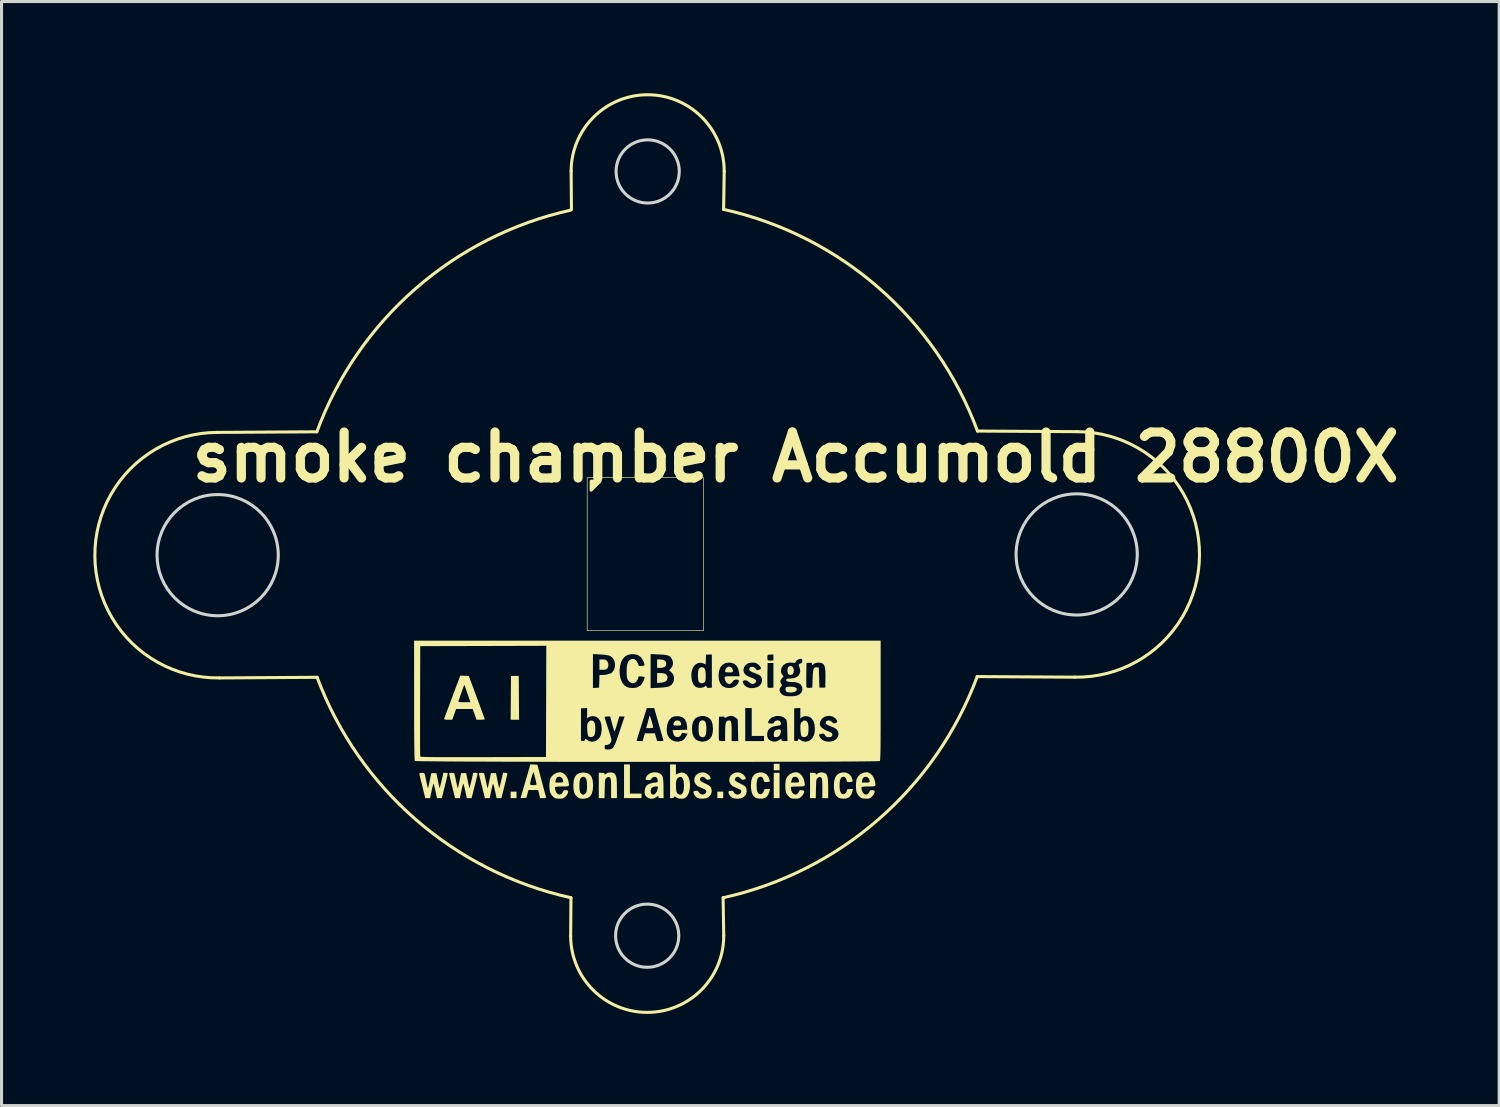
<source format=kicad_pcb>
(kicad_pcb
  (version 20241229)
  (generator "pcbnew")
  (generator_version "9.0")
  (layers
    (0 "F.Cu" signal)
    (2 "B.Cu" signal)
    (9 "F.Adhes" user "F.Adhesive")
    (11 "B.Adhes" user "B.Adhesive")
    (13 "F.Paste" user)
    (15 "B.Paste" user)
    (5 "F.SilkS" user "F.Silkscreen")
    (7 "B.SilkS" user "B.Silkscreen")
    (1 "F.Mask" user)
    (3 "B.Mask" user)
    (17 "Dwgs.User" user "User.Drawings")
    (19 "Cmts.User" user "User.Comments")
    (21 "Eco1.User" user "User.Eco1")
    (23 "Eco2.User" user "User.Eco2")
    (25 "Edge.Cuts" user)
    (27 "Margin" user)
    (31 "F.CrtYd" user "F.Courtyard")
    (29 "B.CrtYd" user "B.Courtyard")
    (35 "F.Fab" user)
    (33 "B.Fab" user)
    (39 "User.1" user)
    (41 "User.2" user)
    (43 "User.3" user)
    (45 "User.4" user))
  (footprint "smoke chamber Accumold 28800X"
    (layer "F.Cu")
    (at 18.05 15.014)
    (property "Reference" "smoke chamber Accumold 28800X" (at 4.89 -3.13 0) (layer "F.SilkS") (effects (font (size 1.5 1.5) (thickness 0.3))))
    (attr board_only exclude_from_pos_files exclude_from_bom)
    (fp_line (start -14 -3.94) (end -10.75 -3.96) (stroke (width 0.1) (type default)) (layer "F.SilkS"))
    (fp_line (start -13.929 4.08) (end -10.741 4.06) (stroke (width 0.1) (type default)) (layer "F.SilkS"))
    (fp_line (start -2.46 12.51) (end -2.45 11.26) (stroke (width 0.1) (type default)) (layer "F.SilkS"))
    (fp_line (start -2.444 -12.474) (end -2.434 -11.224) (stroke (width 0.1) (type default)) (layer "F.SilkS"))
    (fp_line (start 2.54 12.5) (end 2.52 11.26) (stroke (width 0.1) (type default)) (layer "F.SilkS"))
    (fp_line (start 2.556 -12.464) (end 2.536 -11.224) (stroke (width 0.1) (type default)) (layer "F.SilkS"))
    (fp_line (start 14.008 4.055) (end 10.82 4.036) (stroke (width 0.1) (type default)) (layer "F.SilkS"))
    (fp_line (start 14.079 -3.964) (end 10.829 -3.984) (stroke (width 0.1) (type default)) (layer "F.SilkS"))
    (fp_rect (start -1.92 -2.465) (end 1.88 2.535) (stroke (width 0.02) (type default)) (fill no) (layer "F.SilkS"))
    (fp_arc (start -13.928942 4.079547) (mid -17.999855 0.105529) (end -14 -3.94) (stroke (width 0.1) (type default)) (layer "F.SilkS"))
    (fp_arc (start -10.749999 -3.96) (mid -7.525569 -8.636391) (end -2.45665 -11.199912) (stroke (width 0.1) (type default)) (layer "F.SilkS"))
    (fp_arc (start -2.45 11.26) (mid -7.510402 8.713642) (end -10.741244 4.060334) (stroke (width 0.1) (type default)) (layer "F.SilkS"))
    (fp_arc (start -2.444318 -12.474131) (mid 0.06068 -14.964144) (end 2.5557 -12.464131) (stroke (width 0.1) (type default)) (layer "F.SilkS"))
    (fp_arc (start 2.535681 -11.224131) (mid 7.6046 -8.66061) (end 10.82903 -3.984219) (stroke (width 0.1) (type default)) (layer "F.SilkS"))
    (fp_arc (start 2.540019 12.5) (mid 0.045001 15.000013) (end -2.459999 12.51) (stroke (width 0.1) (type default)) (layer "F.SilkS"))
    (fp_arc (start 10.820275 4.036115) (mid 7.590156 8.705162) (end 2.52 11.26) (stroke (width 0.1) (type default)) (layer "F.SilkS"))
    (fp_arc (start 14.079031 -3.964219) (mid 18.078885 0.081311) (end 14.007973 4.055328) (stroke (width 0.1) (type default)) (layer "F.SilkS"))
    (fp_poly (pts (xy -1.79 -2.345) (xy -1.79 -2.055) (xy -1.5 -2.345)) (stroke (width 0.1) (type solid)) (fill yes) (layer "F.SilkS"))
    (fp_poly (pts (xy -4.229 8.006) (xy -4.42 8.006) (xy -4.42 7.794) (xy -4.229 7.794)) (stroke (width 0) (type solid)) (fill yes) (layer "F.SilkS"))
    (fp_poly (pts (xy 2.523 8.006) (xy 2.332 8.006) (xy 2.332 7.794) (xy 2.523 7.794)) (stroke (width 0) (type solid)) (fill yes) (layer "F.SilkS"))
    (fp_poly (pts (xy 4.364 7.096) (xy 4.174 7.096) (xy 4.174 6.884) (xy 4.364 6.884)) (stroke (width 0) (type solid)) (fill yes) (layer "F.SilkS"))
    (fp_poly (pts (xy 4.364 8.006) (xy 4.174 8.006) (xy 4.174 7.18) (xy 4.364 7.18)) (stroke (width 0) (type solid)) (fill yes) (layer "F.SilkS"))
    (fp_poly (pts (xy -4.15 4.73) (xy -4.144 5.445) (xy -4.42 5.445) (xy -4.409 4.016) (xy -4.155 4.016)) (stroke (width 0) (type solid)) (fill yes) (layer "F.SilkS"))
    (fp_poly (pts (xy -0.525 7.858) (xy -0.144 7.858) (xy -0.144 8.006) (xy -0.716 8.006) (xy -0.716 6.905) (xy -0.525 6.905)) (stroke (width 0) (type solid)) (fill yes) (layer "F.SilkS"))
    (fp_poly (pts (xy 0.564 3.488) (xy 0.628 3.522) (xy 0.658 3.581) (xy 0.66 3.612) (xy 0.647 3.682) (xy 0.604 3.727) (xy 0.529 3.748) (xy 0.473 3.751) (xy 0.364 3.751) (xy 0.364 3.476) (xy 0.465 3.476)) (stroke (width 0) (type solid)) (fill yes) (layer "F.SilkS"))
    (fp_poly (pts (xy 0.594 3.932) (xy 0.662 3.967) (xy 0.697 4.027) (xy 0.703 4.07) (xy 0.688 4.144) (xy 0.641 4.195) (xy 0.56 4.225) (xy 0.494 4.234) (xy 0.364 4.243) (xy 0.364 3.921) (xy 0.49 3.921)) (stroke (width 0) (type solid)) (fill yes) (layer "F.SilkS"))
    (fp_poly (pts (xy -1.347 3.48) (xy -1.303 3.496) (xy -1.268 3.531) (xy -1.267 3.532) (xy -1.232 3.604) (xy -1.226 3.682) (xy -1.249 3.752) (xy -1.266 3.772) (xy -1.312 3.802) (xy -1.38 3.814) (xy -1.414 3.815) (xy -1.52 3.815) (xy -1.52 3.476) (xy -1.416 3.476)) (stroke (width 0) (type solid)) (fill yes) (layer "F.SilkS"))
    (fp_poly (pts (xy 4.758 3.695) (xy 4.802 3.731) (xy 4.827 3.793) (xy 4.83 3.828) (xy 4.82 3.914) (xy 4.787 3.965) (xy 4.731 3.984) (xy 4.724 3.984) (xy 4.665 3.969) (xy 4.64 3.943) (xy 4.622 3.881) (xy 4.621 3.809) (xy 4.636 3.746) (xy 4.652 3.721) (xy 4.705 3.69)) (stroke (width 0) (type solid)) (fill yes) (layer "F.SilkS"))
    (fp_poly (pts (xy 1.089 5.483) (xy 1.134 5.529) (xy 1.147 5.584) (xy 1.144 5.612) (xy 1.129 5.627) (xy 1.091 5.634) (xy 1.021 5.635) (xy 1.02 5.635) (xy 0.948 5.633) (xy 0.91 5.626) (xy 0.895 5.61) (xy 0.893 5.597) (xy 0.911 5.534) (xy 0.957 5.485) (xy 1.018 5.466) (xy 1.02 5.466)) (stroke (width 0) (type solid)) (fill yes) (layer "F.SilkS"))
    (fp_poly (pts (xy 4.385 5.766) (xy 4.403 5.786) (xy 4.407 5.833) (xy 4.391 5.91) (xy 4.351 5.973) (xy 4.294 6.01) (xy 4.261 6.016) (xy 4.213 6.011) (xy 4.188 6.002) (xy 4.179 5.973) (xy 4.174 5.921) (xy 4.174 5.908) (xy 4.19 5.832) (xy 4.239 5.783) (xy 4.318 5.763) (xy 4.337 5.762)) (stroke (width 0) (type solid)) (fill yes) (layer "F.SilkS"))
    (fp_poly (pts (xy 4.803 4.371) (xy 4.848 4.378) (xy 4.906 4.404) (xy 4.93 4.445) (xy 4.918 4.492) (xy 4.894 4.517) (xy 4.84 4.541) (xy 4.764 4.554) (xy 4.682 4.554) (xy 4.612 4.542) (xy 4.592 4.533) (xy 4.564 4.498) (xy 4.555 4.448) (xy 4.565 4.401) (xy 4.588 4.378) (xy 4.642 4.368) (xy 4.72 4.366)) (stroke (width 0) (type solid)) (fill yes) (layer "F.SilkS"))
    (fp_poly (pts (xy 0.129 5.329) (xy 0.142 5.357) (xy 0.161 5.413) (xy 0.184 5.486) (xy 0.206 5.564) (xy 0.225 5.634) (xy 0.235 5.685) (xy 0.237 5.699) (xy 0.218 5.71) (xy 0.169 5.718) (xy 0.122 5.72) (xy 0.008 5.72) (xy 0.059 5.535) (xy 0.082 5.45) (xy 0.099 5.381) (xy 0.109 5.338) (xy 0.11 5.329) (xy 0.119 5.321)) (stroke (width 0) (type solid)) (fill yes) (layer "F.SilkS"))
    (fp_poly (pts (xy 2.773 3.727) (xy 2.821 3.774) (xy 2.84 3.837) (xy 2.84 3.837) (xy 2.839 3.872) (xy 2.827 3.89) (xy 2.795 3.898) (xy 2.732 3.899) (xy 2.713 3.899) (xy 2.643 3.898) (xy 2.605 3.892) (xy 2.589 3.877) (xy 2.586 3.848) (xy 2.586 3.846) (xy 2.603 3.789) (xy 2.643 3.739) (xy 2.693 3.711) (xy 2.709 3.709)) (stroke (width 0) (type solid)) (fill yes) (layer "F.SilkS"))
    (fp_poly (pts (xy 1.878 3.74) (xy 1.916 3.773) (xy 1.939 3.834) (xy 1.95 3.929) (xy 1.951 4.007) (xy 1.95 4.1) (xy 1.944 4.161) (xy 1.932 4.2) (xy 1.913 4.224) (xy 1.853 4.255) (xy 1.789 4.253) (xy 1.736 4.22) (xy 1.73 4.212) (xy 1.711 4.164) (xy 1.7 4.087) (xy 1.697 3.995) (xy 1.703 3.879) (xy 1.72 3.8) (xy 1.751 3.753) (xy 1.799 3.732) (xy 1.824 3.73)) (stroke (width 0) (type solid)) (fill yes) (layer "F.SilkS"))
    (fp_poly (pts (xy 1.9 5.476) (xy 1.937 5.509) (xy 1.96 5.571) (xy 1.971 5.666) (xy 1.973 5.741) (xy 1.968 5.858) (xy 1.953 5.939) (xy 1.924 5.989) (xy 1.88 6.013) (xy 1.846 6.016) (xy 1.781 5.997) (xy 1.752 5.969) (xy 1.733 5.925) (xy 1.722 5.853) (xy 1.719 5.747) (xy 1.719 5.741) (xy 1.723 5.623) (xy 1.739 5.542) (xy 1.767 5.493) (xy 1.811 5.469) (xy 1.846 5.466)) (stroke (width 0) (type solid)) (fill yes) (layer "F.SilkS"))
    (fp_poly (pts (xy -1.704 5.503) (xy -1.698 5.51) (xy -1.674 5.56) (xy -1.659 5.638) (xy -1.654 5.731) (xy -1.657 5.825) (xy -1.67 5.907) (xy -1.692 5.964) (xy -1.698 5.972) (xy -1.752 6.006) (xy -1.815 6.014) (xy -1.87 5.993) (xy -1.882 5.981) (xy -1.899 5.939) (xy -1.912 5.861) (xy -1.919 5.764) (xy -1.921 5.672) (xy -1.918 5.611) (xy -1.908 5.57) (xy -1.889 5.536) (xy -1.88 5.524) (xy -1.823 5.477) (xy -1.763 5.47)) (stroke (width 0) (type solid)) (fill yes) (layer "F.SilkS"))
    (fp_poly (pts (xy 5.259 5.503) (xy 5.266 5.51) (xy 5.29 5.56) (xy 5.305 5.638) (xy 5.31 5.731) (xy 5.307 5.825) (xy 5.294 5.907) (xy 5.272 5.964) (xy 5.266 5.972) (xy 5.212 6.006) (xy 5.149 6.014) (xy 5.094 5.993) (xy 5.081 5.981) (xy 5.064 5.939) (xy 5.052 5.861) (xy 5.045 5.764) (xy 5.043 5.672) (xy 5.046 5.611) (xy 5.056 5.57) (xy 5.075 5.536) (xy 5.084 5.524) (xy 5.141 5.477) (xy 5.201 5.47)) (stroke (width 0) (type solid)) (fill yes) (layer "F.SilkS"))
    (fp_poly (pts (xy -1.07 7.183) (xy -1.059 7.189) (xy -1.021 7.214) (xy -0.993 7.252) (xy -0.972 7.306) (xy -0.959 7.383) (xy -0.952 7.489) (xy -0.949 7.629) (xy -0.949 7.693) (xy -0.948 8.006) (xy -1.139 8.006) (xy -1.139 7.69) (xy -1.14 7.562) (xy -1.142 7.471) (xy -1.148 7.408) (xy -1.156 7.369) (xy -1.168 7.345) (xy -1.172 7.34) (xy -1.208 7.313) (xy -1.24 7.314) (xy -1.286 7.344) (xy -1.29 7.348) (xy -1.31 7.365) (xy -1.323 7.387) (xy -1.333 7.42) (xy -1.339 7.471) (xy -1.343 7.548) (xy -1.346 7.657) (xy -1.347 7.697) (xy -1.354 8.006) (xy -1.541 8.006) (xy -1.541 7.18) (xy -1.446 7.18) (xy -1.385 7.184) (xy -1.356 7.197) (xy -1.351 7.215) (xy -1.347 7.238) (xy -1.331 7.232) (xy -1.311 7.214) (xy -1.24 7.176) (xy -1.154 7.165)) (stroke (width 0) (type solid)) (fill yes) (layer "F.SilkS"))
    (fp_poly (pts (xy 5.83 7.183) (xy 5.842 7.189) (xy 5.88 7.214) (xy 5.908 7.252) (xy 5.928 7.306) (xy 5.941 7.383) (xy 5.949 7.489) (xy 5.952 7.629) (xy 5.952 7.693) (xy 5.952 8.006) (xy 5.761 8.006) (xy 5.761 7.69) (xy 5.761 7.562) (xy 5.758 7.471) (xy 5.753 7.408) (xy 5.744 7.369) (xy 5.732 7.345) (xy 5.728 7.34) (xy 5.693 7.313) (xy 5.66 7.314) (xy 5.615 7.344) (xy 5.61 7.348) (xy 5.591 7.365) (xy 5.577 7.387) (xy 5.567 7.42) (xy 5.561 7.471) (xy 5.557 7.548) (xy 5.554 7.657) (xy 5.553 7.697) (xy 5.547 8.006) (xy 5.359 8.006) (xy 5.359 7.18) (xy 5.454 7.18) (xy 5.516 7.184) (xy 5.544 7.197) (xy 5.55 7.215) (xy 5.553 7.238) (xy 5.569 7.232) (xy 5.589 7.214) (xy 5.66 7.176) (xy 5.746 7.165)) (stroke (width 0) (type solid)) (fill yes) (layer "F.SilkS"))
    (fp_poly (pts (xy -3.661 6.909) (xy -3.546 6.916) (xy -3.415 7.413) (xy -3.377 7.554) (xy -3.343 7.684) (xy -3.313 7.795) (xy -3.289 7.883) (xy -3.273 7.94) (xy -3.268 7.958) (xy -3.262 7.986) (xy -3.274 8) (xy -3.313 8.005) (xy -3.356 8.006) (xy -3.46 8.006) (xy -3.49 7.873) (xy -3.521 7.741) (xy -3.837 7.741) (xy -3.871 7.868) (xy -3.905 7.995) (xy -4 8.001) (xy -4.096 8.008) (xy -3.962 7.545) (xy -3.784 7.545) (xy -3.777 7.568) (xy -3.748 7.579) (xy -3.688 7.582) (xy -3.679 7.582) (xy -3.615 7.578) (xy -3.578 7.567) (xy -3.573 7.559) (xy -3.578 7.529) (xy -3.591 7.469) (xy -3.609 7.392) (xy -3.63 7.311) (xy -3.649 7.236) (xy -3.665 7.18) (xy -3.672 7.159) (xy -3.681 7.166) (xy -3.697 7.204) (xy -3.718 7.264) (xy -3.739 7.336) (xy -3.759 7.412) (xy -3.775 7.48) (xy -3.783 7.532) (xy -3.784 7.545) (xy -3.962 7.545) (xy -3.936 7.455) (xy -3.776 6.903)) (stroke (width 0) (type solid)) (fill yes) (layer "F.SilkS"))
    (fp_poly (pts (xy 3.835 7.175) (xy 3.926 7.221) (xy 3.995 7.299) (xy 4.035 7.405) (xy 4.042 7.447) (xy 4.032 7.467) (xy 3.996 7.476) (xy 3.954 7.48) (xy 3.896 7.482) (xy 3.866 7.473) (xy 3.852 7.447) (xy 3.847 7.426) (xy 3.821 7.352) (xy 3.777 7.314) (xy 3.738 7.307) (xy 3.682 7.324) (xy 3.643 7.377) (xy 3.62 7.466) (xy 3.613 7.593) (xy 3.62 7.72) (xy 3.643 7.808) (xy 3.682 7.861) (xy 3.737 7.879) (xy 3.739 7.879) (xy 3.792 7.86) (xy 3.835 7.814) (xy 3.856 7.756) (xy 3.856 7.747) (xy 3.864 7.723) (xy 3.895 7.712) (xy 3.953 7.709) (xy 4.05 7.709) (xy 4.035 7.778) (xy 3.996 7.892) (xy 3.936 7.97) (xy 3.899 7.995) (xy 3.814 8.021) (xy 3.715 8.025) (xy 3.62 8.009) (xy 3.569 7.987) (xy 3.501 7.922) (xy 3.456 7.824) (xy 3.432 7.691) (xy 3.428 7.591) (xy 3.44 7.44) (xy 3.475 7.324) (xy 3.535 7.24) (xy 3.621 7.188) (xy 3.725 7.165)) (stroke (width 0) (type solid)) (fill yes) (layer "F.SilkS"))
    (fp_poly (pts (xy 6.544 7.175) (xy 6.636 7.221) (xy 6.704 7.299) (xy 6.745 7.405) (xy 6.751 7.447) (xy 6.741 7.467) (xy 6.705 7.476) (xy 6.664 7.48) (xy 6.605 7.482) (xy 6.575 7.473) (xy 6.561 7.447) (xy 6.557 7.426) (xy 6.53 7.352) (xy 6.487 7.314) (xy 6.447 7.307) (xy 6.392 7.324) (xy 6.353 7.377) (xy 6.33 7.466) (xy 6.322 7.593) (xy 6.33 7.72) (xy 6.352 7.808) (xy 6.391 7.861) (xy 6.446 7.879) (xy 6.449 7.879) (xy 6.501 7.86) (xy 6.544 7.814) (xy 6.565 7.756) (xy 6.566 7.747) (xy 6.574 7.723) (xy 6.604 7.712) (xy 6.663 7.709) (xy 6.76 7.709) (xy 6.745 7.778) (xy 6.706 7.892) (xy 6.645 7.97) (xy 6.609 7.995) (xy 6.524 8.021) (xy 6.424 8.025) (xy 6.329 8.009) (xy 6.278 7.987) (xy 6.21 7.922) (xy 6.165 7.824) (xy 6.141 7.691) (xy 6.138 7.591) (xy 6.149 7.44) (xy 6.185 7.324) (xy 6.244 7.24) (xy 6.33 7.188) (xy 6.435 7.165)) (stroke (width 0) (type solid)) (fill yes) (layer "F.SilkS"))
    (fp_poly (pts (xy 0.978 7.239) (xy 1.057 7.199) (xy 1.154 7.169) (xy 1.244 7.181) (xy 1.323 7.231) (xy 1.382 7.312) (xy 1.421 7.422) (xy 1.439 7.548) (xy 1.435 7.677) (xy 1.411 7.799) (xy 1.369 7.902) (xy 1.327 7.957) (xy 1.276 8.001) (xy 1.227 8.022) (xy 1.159 8.027) (xy 1.152 8.027) (xy 1.061 8.017) (xy 0.995 7.986) (xy 0.991 7.983) (xy 0.952 7.956) (xy 0.932 7.955) (xy 0.922 7.972) (xy 0.892 7.998) (xy 0.848 8.006) (xy 0.787 8.006) (xy 0.787 7.536) (xy 0.979 7.536) (xy 0.981 7.665) (xy 0.981 7.67) (xy 0.988 7.753) (xy 1 7.807) (xy 1.019 7.841) (xy 1.039 7.86) (xy 1.096 7.894) (xy 1.143 7.892) (xy 1.177 7.867) (xy 1.211 7.818) (xy 1.231 7.747) (xy 1.24 7.647) (xy 1.241 7.572) (xy 1.231 7.454) (xy 1.205 7.37) (xy 1.165 7.322) (xy 1.111 7.312) (xy 1.052 7.337) (xy 1.013 7.378) (xy 0.989 7.442) (xy 0.979 7.536) (xy 0.787 7.536) (xy 0.787 6.905) (xy 0.978 6.905)) (stroke (width 0) (type solid)) (fill yes) (layer "F.SilkS"))
    (fp_poly (pts (xy -1.934 7.184) (xy -1.846 7.227) (xy -1.783 7.301) (xy -1.744 7.408) (xy -1.728 7.549) (xy -1.727 7.593) (xy -1.738 7.746) (xy -1.77 7.863) (xy -1.825 7.948) (xy -1.905 8.001) (xy -2.01 8.025) (xy -2.057 8.027) (xy -2.132 8.023) (xy -2.185 8.008) (xy -2.234 7.974) (xy -2.248 7.962) (xy -2.308 7.895) (xy -2.347 7.814) (xy -2.367 7.709) (xy -2.372 7.577) (xy -2.367 7.518) (xy -2.173 7.518) (xy -2.173 7.636) (xy -2.168 7.727) (xy -2.16 7.786) (xy -2.147 7.824) (xy -2.126 7.85) (xy -2.116 7.859) (xy -2.075 7.888) (xy -2.049 7.9) (xy -2.022 7.888) (xy -1.983 7.859) (xy -1.958 7.835) (xy -1.942 7.803) (xy -1.933 7.753) (xy -1.927 7.676) (xy -1.925 7.636) (xy -1.927 7.498) (xy -1.944 7.398) (xy -1.978 7.335) (xy -2.03 7.31) (xy -2.089 7.317) (xy -2.132 7.349) (xy -2.16 7.416) (xy -2.173 7.518) (xy -2.367 7.518) (xy -2.359 7.429) (xy -2.322 7.316) (xy -2.261 7.235) (xy -2.175 7.187) (xy -2.061 7.17) (xy -2.049 7.17)) (stroke (width 0) (type solid)) (fill yes) (layer "F.SilkS"))
    (fp_poly (pts (xy -5.926 4.01) (xy -5.786 4.016) (xy -5.527 4.714) (xy -5.466 4.877) (xy -5.411 5.027) (xy -5.362 5.16) (xy -5.321 5.272) (xy -5.291 5.357) (xy -5.272 5.41) (xy -5.267 5.429) (xy -5.286 5.437) (xy -5.336 5.443) (xy -5.402 5.445) (xy -5.537 5.445) (xy -5.658 5.095) (xy -6.204 5.095) (xy -6.233 5.18) (xy -6.26 5.257) (xy -6.289 5.34) (xy -6.295 5.355) (xy -6.328 5.445) (xy -6.466 5.445) (xy -6.544 5.442) (xy -6.586 5.434) (xy -6.595 5.42) (xy -6.595 5.418) (xy -6.585 5.393) (xy -6.563 5.332) (xy -6.529 5.242) (xy -6.485 5.126) (xy -6.434 4.989) (xy -6.381 4.847) (xy -6.127 4.847) (xy -6.122 4.859) (xy -6.089 4.868) (xy -6.025 4.872) (xy -5.936 4.873) (xy -5.734 4.873) (xy -5.83 4.593) (xy -5.865 4.491) (xy -5.895 4.405) (xy -5.918 4.342) (xy -5.931 4.309) (xy -5.933 4.306) (xy -5.942 4.322) (xy -5.961 4.371) (xy -5.989 4.446) (xy -6.021 4.539) (xy -6.028 4.559) (xy -6.062 4.659) (xy -6.092 4.746) (xy -6.114 4.81) (xy -6.126 4.845) (xy -6.127 4.847) (xy -6.381 4.847) (xy -6.377 4.836) (xy -6.325 4.697) (xy -6.065 4.003)) (stroke (width 0) (type solid)) (fill yes) (layer "F.SilkS"))
    (fp_poly (pts (xy -6.496 7.186) (xy -6.473 7.199) (xy -6.473 7.202) (xy -6.478 7.228) (xy -6.492 7.289) (xy -6.513 7.377) (xy -6.539 7.486) (xy -6.569 7.609) (xy -6.571 7.614) (xy -6.669 8.006) (xy -6.826 8.006) (xy -6.875 7.778) (xy -6.896 7.685) (xy -6.915 7.607) (xy -6.93 7.553) (xy -6.938 7.535) (xy -6.947 7.547) (xy -6.962 7.595) (xy -6.981 7.668) (xy -7.001 7.762) (xy -7.001 7.762) (xy -7.051 8.006) (xy -7.209 8.006) (xy -7.306 7.614) (xy -7.337 7.491) (xy -7.364 7.381) (xy -7.385 7.292) (xy -7.399 7.23) (xy -7.404 7.202) (xy -7.404 7.202) (xy -7.386 7.188) (xy -7.339 7.181) (xy -7.32 7.18) (xy -7.263 7.184) (xy -7.235 7.201) (xy -7.225 7.228) (xy -7.216 7.269) (xy -7.2 7.339) (xy -7.181 7.427) (xy -7.171 7.476) (xy -7.151 7.562) (xy -7.135 7.631) (xy -7.124 7.673) (xy -7.121 7.682) (xy -7.115 7.665) (xy -7.102 7.614) (xy -7.084 7.538) (xy -7.064 7.443) (xy -7.063 7.439) (xy -7.011 7.191) (xy -6.845 7.191) (xy -6.797 7.432) (xy -6.777 7.528) (xy -6.76 7.607) (xy -6.747 7.661) (xy -6.741 7.681) (xy -6.734 7.664) (xy -6.72 7.614) (xy -6.7 7.538) (xy -6.677 7.443) (xy -6.675 7.434) (xy -6.616 7.18) (xy -6.544 7.18)) (stroke (width 0) (type solid)) (fill yes) (layer "F.SilkS"))
    (fp_poly (pts (xy -5.523 7.186) (xy -5.5 7.199) (xy -5.499 7.202) (xy -5.504 7.228) (xy -5.518 7.289) (xy -5.539 7.377) (xy -5.565 7.486) (xy -5.596 7.609) (xy -5.597 7.614) (xy -5.695 8.006) (xy -5.853 8.006) (xy -5.901 7.778) (xy -5.922 7.685) (xy -5.942 7.607) (xy -5.957 7.553) (xy -5.964 7.535) (xy -5.973 7.547) (xy -5.988 7.595) (xy -6.007 7.668) (xy -6.027 7.762) (xy -6.028 7.762) (xy -6.077 8.006) (xy -6.235 8.006) (xy -6.333 7.614) (xy -6.363 7.491) (xy -6.39 7.381) (xy -6.411 7.292) (xy -6.425 7.23) (xy -6.431 7.202) (xy -6.431 7.202) (xy -6.412 7.188) (xy -6.365 7.181) (xy -6.346 7.18) (xy -6.29 7.184) (xy -6.262 7.201) (xy -6.251 7.228) (xy -6.242 7.269) (xy -6.227 7.339) (xy -6.207 7.427) (xy -6.197 7.476) (xy -6.178 7.562) (xy -6.161 7.631) (xy -6.15 7.673) (xy -6.147 7.682) (xy -6.141 7.665) (xy -6.128 7.614) (xy -6.111 7.538) (xy -6.09 7.443) (xy -6.09 7.439) (xy -6.038 7.191) (xy -5.872 7.191) (xy -5.823 7.432) (xy -5.804 7.528) (xy -5.786 7.607) (xy -5.774 7.661) (xy -5.768 7.681) (xy -5.76 7.664) (xy -5.746 7.614) (xy -5.726 7.538) (xy -5.703 7.443) (xy -5.701 7.434) (xy -5.642 7.18) (xy -5.571 7.18)) (stroke (width 0) (type solid)) (fill yes) (layer "F.SilkS"))
    (fp_poly (pts (xy -4.549 7.186) (xy -4.526 7.199) (xy -4.526 7.202) (xy -4.531 7.228) (xy -4.544 7.289) (xy -4.565 7.377) (xy -4.592 7.486) (xy -4.622 7.609) (xy -4.623 7.614) (xy -4.721 8.006) (xy -4.879 8.006) (xy -4.928 7.778) (xy -4.949 7.685) (xy -4.968 7.607) (xy -4.983 7.553) (xy -4.99 7.535) (xy -5 7.547) (xy -5.015 7.595) (xy -5.033 7.668) (xy -5.054 7.762) (xy -5.054 7.762) (xy -5.103 8.006) (xy -5.261 8.006) (xy -5.359 7.614) (xy -5.39 7.491) (xy -5.416 7.381) (xy -5.438 7.292) (xy -5.452 7.23) (xy -5.457 7.202) (xy -5.457 7.202) (xy -5.438 7.188) (xy -5.391 7.181) (xy -5.373 7.18) (xy -5.316 7.184) (xy -5.288 7.201) (xy -5.278 7.228) (xy -5.268 7.269) (xy -5.253 7.339) (xy -5.234 7.427) (xy -5.223 7.476) (xy -5.204 7.562) (xy -5.188 7.631) (xy -5.177 7.673) (xy -5.174 7.682) (xy -5.167 7.665) (xy -5.154 7.614) (xy -5.137 7.538) (xy -5.117 7.443) (xy -5.116 7.439) (xy -5.064 7.191) (xy -4.898 7.191) (xy -4.85 7.432) (xy -4.83 7.528) (xy -4.813 7.607) (xy -4.8 7.661) (xy -4.794 7.681) (xy -4.787 7.664) (xy -4.772 7.614) (xy -4.753 7.538) (xy -4.73 7.443) (xy -4.728 7.434) (xy -4.668 7.18) (xy -4.597 7.18)) (stroke (width 0) (type solid)) (fill yes) (layer "F.SilkS"))
    (fp_poly (pts (xy 1.946 7.181) (xy 2.028 7.23) (xy 2.052 7.253) (xy 2.102 7.316) (xy 2.117 7.36) (xy 2.097 7.388) (xy 2.056 7.403) (xy 2.005 7.406) (xy 1.967 7.383) (xy 1.949 7.362) (xy 1.897 7.319) (xy 1.842 7.308) (xy 1.794 7.327) (xy 1.765 7.372) (xy 1.761 7.402) (xy 1.77 7.429) (xy 1.8 7.457) (xy 1.859 7.492) (xy 1.936 7.53) (xy 2.02 7.572) (xy 2.075 7.605) (xy 2.107 7.635) (xy 2.127 7.67) (xy 2.136 7.693) (xy 2.149 7.794) (xy 2.122 7.887) (xy 2.058 7.963) (xy 2.038 7.978) (xy 1.959 8.012) (xy 1.859 8.026) (xy 1.758 8.021) (xy 1.674 7.995) (xy 1.671 7.994) (xy 1.617 7.948) (xy 1.573 7.884) (xy 1.55 7.819) (xy 1.549 7.806) (xy 1.568 7.778) (xy 1.602 7.77) (xy 1.652 7.766) (xy 1.677 7.764) (xy 1.701 7.78) (xy 1.725 7.814) (xy 1.764 7.858) (xy 1.809 7.884) (xy 1.869 7.889) (xy 1.922 7.869) (xy 1.959 7.833) (xy 1.973 7.789) (xy 1.956 7.745) (xy 1.946 7.735) (xy 1.912 7.716) (xy 1.853 7.689) (xy 1.801 7.668) (xy 1.693 7.616) (xy 1.622 7.554) (xy 1.585 7.476) (xy 1.578 7.442) (xy 1.585 7.348) (xy 1.624 7.27) (xy 1.687 7.212) (xy 1.768 7.175) (xy 1.856 7.164)) (stroke (width 0) (type solid)) (fill yes) (layer "F.SilkS"))
    (fp_poly (pts (xy 3.089 7.181) (xy 3.171 7.23) (xy 3.195 7.253) (xy 3.245 7.316) (xy 3.26 7.36) (xy 3.24 7.388) (xy 3.199 7.403) (xy 3.148 7.406) (xy 3.11 7.383) (xy 3.092 7.362) (xy 3.04 7.319) (xy 2.985 7.308) (xy 2.937 7.327) (xy 2.908 7.372) (xy 2.904 7.402) (xy 2.913 7.429) (xy 2.943 7.457) (xy 3.002 7.492) (xy 3.079 7.53) (xy 3.163 7.572) (xy 3.218 7.605) (xy 3.25 7.635) (xy 3.27 7.67) (xy 3.279 7.693) (xy 3.292 7.794) (xy 3.265 7.887) (xy 3.201 7.963) (xy 3.181 7.978) (xy 3.102 8.012) (xy 3.002 8.026) (xy 2.901 8.021) (xy 2.817 7.995) (xy 2.814 7.994) (xy 2.76 7.948) (xy 2.716 7.884) (xy 2.693 7.819) (xy 2.692 7.806) (xy 2.711 7.778) (xy 2.745 7.77) (xy 2.795 7.766) (xy 2.82 7.764) (xy 2.844 7.78) (xy 2.868 7.814) (xy 2.907 7.858) (xy 2.952 7.884) (xy 3.012 7.889) (xy 3.065 7.869) (xy 3.102 7.833) (xy 3.116 7.789) (xy 3.099 7.745) (xy 3.089 7.735) (xy 3.055 7.716) (xy 2.996 7.689) (xy 2.944 7.668) (xy 2.836 7.616) (xy 2.765 7.554) (xy 2.728 7.476) (xy 2.721 7.442) (xy 2.728 7.348) (xy 2.767 7.27) (xy 2.83 7.212) (xy 2.911 7.175) (xy 2.999 7.164)) (stroke (width 0) (type solid)) (fill yes) (layer "F.SilkS"))
    (fp_poly (pts (xy 0.367 7.168) (xy 0.45 7.198) (xy 0.516 7.252) (xy 0.548 7.309) (xy 0.558 7.361) (xy 0.566 7.447) (xy 0.572 7.559) (xy 0.574 7.689) (xy 0.574 7.693) (xy 0.576 8.006) (xy 0.491 8.006) (xy 0.436 8.002) (xy 0.411 7.988) (xy 0.406 7.961) (xy 0.404 7.935) (xy 0.391 7.933) (xy 0.359 7.957) (xy 0.341 7.972) (xy 0.255 8.019) (xy 0.161 8.028) (xy 0.07 8.001) (xy 0.023 7.968) (xy -0.017 7.926) (xy -0.037 7.883) (xy -0.043 7.822) (xy -0.043 7.798) (xy -0.04 7.773) (xy 0.152 7.773) (xy 0.162 7.843) (xy 0.189 7.877) (xy 0.227 7.895) (xy 0.257 7.892) (xy 0.297 7.864) (xy 0.311 7.852) (xy 0.361 7.784) (xy 0.379 7.715) (xy 0.391 7.625) (xy 0.318 7.625) (xy 0.232 7.639) (xy 0.177 7.681) (xy 0.153 7.752) (xy 0.152 7.773) (xy -0.04 7.773) (xy -0.029 7.686) (xy 0.015 7.602) (xy 0.09 7.545) (xy 0.199 7.511) (xy 0.257 7.503) (xy 0.328 7.496) (xy 0.366 7.486) (xy 0.382 7.468) (xy 0.385 7.437) (xy 0.385 7.435) (xy 0.371 7.363) (xy 0.33 7.32) (xy 0.268 7.311) (xy 0.207 7.336) (xy 0.18 7.371) (xy 0.158 7.405) (xy 0.126 7.418) (xy 0.068 7.417) (xy 0.067 7.417) (xy 0.012 7.409) (xy -0.01 7.396) (xy -0.01 7.367) (xy -0.007 7.352) (xy 0.032 7.273) (xy 0.098 7.215) (xy 0.181 7.177) (xy 0.274 7.161)) (stroke (width 0) (type solid)) (fill yes) (layer "F.SilkS"))
    (fp_poly (pts (xy -2.755 7.169) (xy -2.676 7.208) (xy -2.607 7.28) (xy -2.556 7.373) (xy -2.539 7.43) (xy -2.521 7.515) (xy -2.514 7.57) (xy -2.526 7.603) (xy -2.56 7.619) (xy -2.625 7.624) (xy -2.725 7.625) (xy -2.736 7.625) (xy -2.828 7.627) (xy -2.905 7.632) (xy -2.955 7.639) (xy -2.97 7.645) (xy -2.972 7.677) (xy -2.964 7.732) (xy -2.959 7.751) (xy -2.925 7.829) (xy -2.876 7.876) (xy -2.82 7.892) (xy -2.766 7.874) (xy -2.722 7.821) (xy -2.715 7.807) (xy -2.692 7.762) (xy -2.662 7.746) (xy -2.609 7.748) (xy -2.559 7.756) (xy -2.54 7.774) (xy -2.542 7.812) (xy -2.544 7.823) (xy -2.568 7.879) (xy -2.613 7.94) (xy -2.631 7.958) (xy -2.682 8) (xy -2.729 8.02) (xy -2.794 8.025) (xy -2.816 8.025) (xy -2.886 8.022) (xy -2.941 8.016) (xy -2.959 8.012) (xy -3.018 7.975) (xy -3.077 7.913) (xy -3.121 7.843) (xy -3.131 7.818) (xy -3.147 7.74) (xy -3.154 7.637) (xy -3.152 7.529) (xy -3.148 7.498) (xy -2.965 7.498) (xy -2.835 7.498) (xy -2.763 7.496) (xy -2.725 7.49) (xy -2.708 7.476) (xy -2.705 7.449) (xy -2.722 7.38) (xy -2.766 7.329) (xy -2.826 7.307) (xy -2.831 7.307) (xy -2.891 7.32) (xy -2.929 7.361) (xy -2.951 7.431) (xy -2.965 7.498) (xy -3.148 7.498) (xy -3.141 7.432) (xy -3.129 7.383) (xy -3.08 7.295) (xy -3.003 7.224) (xy -2.909 7.177) (xy -2.809 7.161)) (stroke (width 0) (type solid)) (fill yes) (layer "F.SilkS"))
    (fp_poly (pts (xy 4.95 7.169) (xy 5.029 7.208) (xy 5.098 7.28) (xy 5.149 7.373) (xy 5.166 7.43) (xy 5.184 7.515) (xy 5.19 7.57) (xy 5.179 7.603) (xy 5.144 7.619) (xy 5.08 7.624) (xy 4.98 7.625) (xy 4.969 7.625) (xy 4.876 7.627) (xy 4.8 7.632) (xy 4.75 7.639) (xy 4.735 7.645) (xy 4.732 7.677) (xy 4.74 7.732) (xy 4.745 7.751) (xy 4.78 7.829) (xy 4.829 7.876) (xy 4.885 7.892) (xy 4.939 7.874) (xy 4.983 7.821) (xy 4.989 7.807) (xy 5.013 7.762) (xy 5.042 7.746) (xy 5.095 7.748) (xy 5.146 7.756) (xy 5.165 7.774) (xy 5.162 7.812) (xy 5.16 7.823) (xy 5.137 7.879) (xy 5.092 7.94) (xy 5.074 7.958) (xy 5.023 8) (xy 4.975 8.02) (xy 4.911 8.025) (xy 4.889 8.025) (xy 4.819 8.022) (xy 4.764 8.016) (xy 4.745 8.012) (xy 4.687 7.975) (xy 4.628 7.913) (xy 4.583 7.843) (xy 4.574 7.818) (xy 4.558 7.74) (xy 4.551 7.637) (xy 4.553 7.529) (xy 4.556 7.498) (xy 4.74 7.498) (xy 4.87 7.498) (xy 4.941 7.496) (xy 4.98 7.49) (xy 4.996 7.476) (xy 4.999 7.449) (xy 4.983 7.38) (xy 4.939 7.329) (xy 4.878 7.307) (xy 4.874 7.307) (xy 4.814 7.32) (xy 4.776 7.361) (xy 4.753 7.431) (xy 4.74 7.498) (xy 4.556 7.498) (xy 4.564 7.432) (xy 4.575 7.383) (xy 4.625 7.295) (xy 4.702 7.224) (xy 4.796 7.177) (xy 4.895 7.161)) (stroke (width 0) (type solid)) (fill yes) (layer "F.SilkS"))
    (fp_poly (pts (xy 7.257 7.169) (xy 7.336 7.208) (xy 7.405 7.28) (xy 7.456 7.373) (xy 7.473 7.43) (xy 7.491 7.515) (xy 7.497 7.57) (xy 7.486 7.603) (xy 7.452 7.619) (xy 7.387 7.624) (xy 7.287 7.625) (xy 7.276 7.625) (xy 7.183 7.627) (xy 7.107 7.632) (xy 7.057 7.639) (xy 7.042 7.645) (xy 7.039 7.677) (xy 7.048 7.732) (xy 7.052 7.751) (xy 7.087 7.829) (xy 7.136 7.876) (xy 7.192 7.892) (xy 7.246 7.874) (xy 7.29 7.821) (xy 7.296 7.807) (xy 7.32 7.762) (xy 7.35 7.746) (xy 7.403 7.748) (xy 7.453 7.756) (xy 7.472 7.774) (xy 7.469 7.812) (xy 7.467 7.823) (xy 7.444 7.879) (xy 7.399 7.94) (xy 7.381 7.958) (xy 7.33 8) (xy 7.282 8.02) (xy 7.218 8.025) (xy 7.196 8.025) (xy 7.126 8.022) (xy 7.071 8.016) (xy 7.053 8.012) (xy 6.994 7.975) (xy 6.935 7.913) (xy 6.891 7.843) (xy 6.881 7.818) (xy 6.865 7.74) (xy 6.858 7.637) (xy 6.86 7.529) (xy 6.864 7.498) (xy 7.047 7.498) (xy 7.177 7.498) (xy 7.248 7.496) (xy 7.287 7.49) (xy 7.303 7.476) (xy 7.307 7.449) (xy 7.29 7.38) (xy 7.246 7.329) (xy 7.186 7.307) (xy 7.181 7.307) (xy 7.121 7.32) (xy 7.083 7.361) (xy 7.061 7.431) (xy 7.047 7.498) (xy 6.864 7.498) (xy 6.871 7.432) (xy 6.882 7.383) (xy 6.932 7.295) (xy 7.009 7.224) (xy 7.103 7.177) (xy 7.202 7.161)) (stroke (width 0) (type solid)) (fill yes) (layer "F.SilkS"))
    (fp_poly (pts (xy 7.666 4.816) (xy 7.666 5.167) (xy 7.666 5.477) (xy 7.665 5.749) (xy 7.664 5.984) (xy 7.663 6.186) (xy 7.661 6.354) (xy 7.659 6.492) (xy 7.656 6.602) (xy 7.653 6.685) (xy 7.65 6.744) (xy 7.646 6.779) (xy 7.641 6.795) (xy 7.641 6.795) (xy 7.618 6.797) (xy 7.554 6.8) (xy 7.451 6.802) (xy 7.312 6.804) (xy 7.137 6.806) (xy 6.93 6.808) (xy 6.691 6.81) (xy 6.423 6.812) (xy 6.127 6.813) (xy 5.805 6.815) (xy 5.459 6.816) (xy 5.091 6.817) (xy 4.703 6.818) (xy 4.296 6.819) (xy 3.872 6.82) (xy 3.434 6.821) (xy 2.982 6.822) (xy 2.52 6.822) (xy 2.048 6.823) (xy 1.568 6.823) (xy 1.083 6.823) (xy 0.594 6.823) (xy 0.102 6.823) (xy -0.389 6.823) (xy -0.879 6.823) (xy -1.365 6.822) (xy -1.846 6.822) (xy -2.32 6.821) (xy -2.785 6.821) (xy -3.239 6.82) (xy -3.681 6.819) (xy -4.108 6.818) (xy -4.519 6.817) (xy -4.912 6.816) (xy -5.285 6.814) (xy -5.636 6.813) (xy -5.963 6.812) (xy -6.265 6.81) (xy -6.54 6.808) (xy -6.786 6.806) (xy -7.001 6.804) (xy -7.183 6.802) (xy -7.331 6.8) (xy -7.442 6.798) (xy -7.515 6.796) (xy -7.548 6.793) (xy -7.549 6.792) (xy -7.554 6.772) (xy -7.557 6.72) (xy -7.561 6.637) (xy -7.564 6.52) (xy -7.566 6.368) (xy -7.569 6.181) (xy -7.57 5.957) (xy -7.572 5.695) (xy -7.572 5.607) (xy -7.379 5.607) (xy -7.379 5.834) (xy -7.379 6.039) (xy -7.379 6.22) (xy -7.378 6.373) (xy -7.377 6.495) (xy -7.376 6.583) (xy -7.374 6.634) (xy -7.373 6.646) (xy -7.364 6.65) (xy -7.338 6.654) (xy -7.293 6.658) (xy -7.227 6.661) (xy -7.138 6.663) (xy -7.023 6.665) (xy -6.882 6.667) (xy -6.711 6.668) (xy -6.508 6.668) (xy -6.272 6.668) (xy -6 6.668) (xy -5.69 6.668) (xy -5.34 6.667) (xy -5.315 6.667) (xy -3.266 6.662) (xy -3.265 6.33) (xy -1.351 6.33) (xy -1.346 6.38) (xy -1.327 6.406) (xy -1.283 6.417) (xy -1.229 6.418) (xy -1.157 6.411) (xy -1.103 6.383) (xy -1.077 6.36) (xy -1.054 6.329) (xy -1.027 6.28) (xy -0.996 6.207) (xy -0.962 6.12) (xy -0.302 6.12) (xy -0.294 6.137) (xy -0.261 6.142) (xy -0.209 6.143) (xy -0.107 6.143) (xy -0.072 6.016) (xy -0.036 5.889) (xy 0.293 5.889) (xy 0.364 6.143) (xy 0.472 6.143) (xy 0.539 6.14) (xy 0.569 6.129) (xy 0.571 6.117) (xy 0.562 6.09) (xy 0.544 6.028) (xy 0.518 5.937) (xy 0.485 5.823) (xy 0.458 5.727) (xy 0.679 5.727) (xy 0.681 5.844) (xy 0.703 5.942) (xy 0.703 5.942) (xy 0.761 6.04) (xy 0.845 6.112) (xy 0.947 6.154) (xy 1.058 6.163) (xy 1.168 6.136) (xy 1.19 6.126) (xy 1.26 6.069) (xy 1.312 5.993) (xy 1.36 5.9) (xy 1.269 5.886) (xy 1.214 5.879) (xy 1.182 5.876) (xy 1.179 5.876) (xy 1.17 5.894) (xy 1.149 5.936) (xy 1.146 5.942) (xy 1.112 5.988) (xy 1.063 6.009) (xy 1.037 6.012) (xy 0.972 6.005) (xy 0.925 5.967) (xy 0.893 5.895) (xy 0.883 5.853) (xy 0.869 5.785) (xy 1.108 5.779) (xy 1.348 5.773) (xy 1.347 5.744) (xy 1.503 5.744) (xy 1.516 5.889) (xy 1.554 6.002) (xy 1.618 6.083) (xy 1.681 6.122) (xy 1.754 6.148) (xy 1.826 6.162) (xy 1.846 6.163) (xy 1.912 6.154) (xy 1.988 6.131) (xy 2.011 6.122) (xy 2.093 6.064) (xy 2.15 5.976) (xy 2.157 5.949) (xy 2.378 5.949) (xy 2.379 6.037) (xy 2.382 6.095) (xy 2.384 6.116) (xy 2.412 6.134) (xy 2.472 6.143) (xy 2.49 6.143) (xy 2.586 6.143) (xy 2.586 5.869) (xy 2.588 5.731) (xy 2.594 5.63) (xy 2.606 5.559) (xy 2.624 5.513) (xy 2.651 5.486) (xy 2.681 5.474) (xy 2.723 5.468) (xy 2.753 5.474) (xy 2.774 5.5) (xy 2.787 5.549) (xy 2.795 5.627) (xy 2.798 5.739) (xy 2.798 5.828) (xy 2.798 6.143) (xy 3.013 6.143) (xy 3.243 6.143) (xy 3.856 6.143) (xy 3.856 5.974) (xy 3.454 5.974) (xy 3.454 5.922) (xy 3.958 5.922) (xy 3.967 6.013) (xy 3.998 6.076) (xy 4.054 6.123) (xy 4.151 6.16) (xy 4.253 6.156) (xy 4.351 6.112) (xy 4.398 6.081) (xy 4.421 6.073) (xy 4.428 6.088) (xy 4.428 6.101) (xy 4.434 6.127) (xy 4.46 6.14) (xy 4.517 6.143) (xy 4.525 6.143) (xy 4.622 6.143) (xy 4.622 6.132) (xy 4.841 6.132) (xy 4.9 6.139) (xy 4.947 6.137) (xy 4.97 6.109) (xy 4.972 6.101) (xy 4.982 6.071) (xy 4.998 6.071) (xy 5.029 6.097) (xy 5.115 6.149) (xy 5.213 6.164) (xy 5.313 6.142) (xy 5.361 6.116) (xy 5.438 6.045) (xy 5.484 5.957) (xy 5.656 5.957) (xy 5.674 6.004) (xy 5.709 6.054) (xy 5.758 6.101) (xy 5.813 6.134) (xy 5.909 6.158) (xy 6.018 6.16) (xy 6.118 6.139) (xy 6.129 6.135) (xy 6.215 6.079) (xy 6.271 6.001) (xy 6.291 5.909) (xy 6.278 5.834) (xy 6.239 5.772) (xy 6.168 5.718) (xy 6.059 5.669) (xy 6.037 5.66) (xy 5.94 5.62) (xy 5.885 5.585) (xy 5.871 5.564) (xy 5.877 5.513) (xy 5.911 5.479) (xy 5.962 5.467) (xy 6.019 5.477) (xy 6.07 5.513) (xy 6.077 5.52) (xy 6.115 5.558) (xy 6.158 5.565) (xy 6.184 5.561) (xy 6.234 5.537) (xy 6.247 5.496) (xy 6.222 5.441) (xy 6.188 5.402) (xy 6.106 5.345) (xy 6.012 5.32) (xy 5.916 5.324) (xy 5.825 5.354) (xy 5.75 5.409) (xy 5.699 5.485) (xy 5.683 5.544) (xy 5.679 5.603) (xy 5.691 5.644) (xy 5.726 5.688) (xy 5.743 5.706) (xy 5.828 5.768) (xy 5.935 5.816) (xy 5.938 5.817) (xy 6.029 5.853) (xy 6.079 5.894) (xy 6.09 5.941) (xy 6.079 5.974) (xy 6.049 6.004) (xy 5.994 6.015) (xy 5.971 6.016) (xy 5.912 6.011) (xy 5.875 5.989) (xy 5.85 5.952) (xy 5.816 5.907) (xy 5.78 5.897) (xy 5.772 5.899) (xy 5.717 5.908) (xy 5.693 5.91) (xy 5.661 5.923) (xy 5.656 5.957) (xy 5.484 5.957) (xy 5.489 5.948) (xy 5.514 5.822) (xy 5.517 5.741) (xy 5.506 5.596) (xy 5.468 5.483) (xy 5.404 5.397) (xy 5.374 5.372) (xy 5.301 5.338) (xy 5.216 5.328) (xy 5.137 5.34) (xy 5.086 5.368) (xy 5.042 5.409) (xy 5.042 5.061) (xy 4.941 5.068) (xy 4.841 5.074) (xy 4.841 6.132) (xy 4.622 6.132) (xy 4.615 5.807) (xy 4.612 5.678) (xy 4.608 5.585) (xy 4.602 5.52) (xy 4.594 5.476) (xy 4.583 5.446) (xy 4.567 5.424) (xy 4.565 5.423) (xy 4.481 5.358) (xy 4.376 5.325) (xy 4.26 5.324) (xy 4.143 5.357) (xy 4.138 5.359) (xy 4.079 5.397) (xy 4.029 5.447) (xy 3.997 5.499) (xy 3.991 5.543) (xy 3.994 5.551) (xy 4.02 5.564) (xy 4.068 5.57) (xy 4.12 5.57) (xy 4.161 5.563) (xy 4.174 5.552) (xy 4.192 5.513) (xy 4.237 5.481) (xy 4.292 5.466) (xy 4.298 5.466) (xy 4.364 5.48) (xy 4.4 5.524) (xy 4.407 5.573) (xy 4.403 5.606) (xy 4.386 5.624) (xy 4.344 5.635) (xy 4.294 5.641) (xy 4.157 5.667) (xy 4.056 5.716) (xy 3.991 5.787) (xy 3.961 5.88) (xy 3.958 5.922) (xy 3.454 5.922) (xy 3.454 5.064) (xy 3.243 5.064) (xy 3.243 6.143) (xy 3.013 6.143) (xy 3.006 5.792) (xy 2.999 5.441) (xy 2.93 5.379) (xy 2.845 5.329) (xy 2.751 5.319) (xy 2.654 5.349) (xy 2.634 5.36) (xy 2.589 5.384) (xy 2.569 5.386) (xy 2.565 5.369) (xy 2.555 5.348) (xy 2.519 5.341) (xy 2.475 5.343) (xy 2.385 5.349) (xy 2.379 5.719) (xy 2.378 5.841) (xy 2.378 5.949) (xy 2.157 5.949) (xy 2.181 5.856) (xy 2.188 5.741) (xy 2.177 5.598) (xy 2.142 5.489) (xy 2.083 5.409) (xy 2.002 5.356) (xy 1.913 5.327) (xy 1.827 5.322) (xy 1.799 5.325) (xy 1.686 5.355) (xy 1.6 5.415) (xy 1.542 5.506) (xy 1.51 5.63) (xy 1.503 5.744) (xy 1.347 5.744) (xy 1.343 5.659) (xy 1.322 5.532) (xy 1.272 5.434) (xy 1.193 5.367) (xy 1.087 5.333) (xy 1.02 5.328) (xy 0.913 5.339) (xy 0.831 5.376) (xy 0.767 5.445) (xy 0.728 5.512) (xy 0.695 5.61) (xy 0.679 5.727) (xy 0.458 5.727) (xy 0.447 5.691) (xy 0.415 5.577) (xy 0.269 5.064) (xy 0.149 5.064) (xy 0.029 5.064) (xy -0.003 5.164) (xy -0.02 5.217) (xy -0.047 5.301) (xy -0.08 5.409) (xy -0.119 5.531) (xy -0.154 5.646) (xy -0.193 5.77) (xy -0.229 5.883) (xy -0.259 5.979) (xy -0.281 6.049) (xy -0.292 6.085) (xy -0.302 6.12) (xy -0.962 6.12) (xy -0.957 6.107) (xy -0.911 5.975) (xy -0.858 5.82) (xy -0.698 5.339) (xy -0.874 5.339) (xy -0.946 5.595) (xy -0.976 5.695) (xy -1.002 5.77) (xy -1.022 5.814) (xy -1.033 5.823) (xy -1.033 5.822) (xy -1.045 5.791) (xy -1.064 5.729) (xy -1.088 5.644) (xy -1.109 5.566) (xy -1.169 5.339) (xy -1.26 5.339) (xy -1.317 5.344) (xy -1.348 5.356) (xy -1.351 5.362) (xy -1.344 5.389) (xy -1.327 5.449) (xy -1.3 5.535) (xy -1.266 5.641) (xy -1.232 5.745) (xy -1.19 5.875) (xy -1.16 5.972) (xy -1.141 6.042) (xy -1.131 6.092) (xy -1.13 6.127) (xy -1.135 6.154) (xy -1.14 6.167) (xy -1.185 6.234) (xy -1.253 6.266) (xy -1.296 6.27) (xy -1.336 6.277) (xy -1.35 6.307) (xy -1.351 6.33) (xy -3.265 6.33) (xy -3.265 6.132) (xy -2.123 6.132) (xy -2.063 6.139) (xy -2.016 6.137) (xy -1.994 6.109) (xy -1.992 6.101) (xy -1.982 6.071) (xy -1.966 6.071) (xy -1.935 6.097) (xy -1.849 6.149) (xy -1.75 6.164) (xy -1.651 6.142) (xy -1.602 6.116) (xy -1.525 6.045) (xy -1.475 5.948) (xy -1.45 5.822) (xy -1.447 5.741) (xy -1.458 5.596) (xy -1.495 5.483) (xy -1.56 5.397) (xy -1.59 5.372) (xy -1.663 5.338) (xy -1.748 5.328) (xy -1.827 5.34) (xy -1.878 5.368) (xy -1.922 5.409) (xy -1.922 5.061) (xy -2.023 5.068) (xy -2.123 5.074) (xy -2.123 6.132) (xy -3.265 6.132) (xy -3.261 4.846) (xy -3.26 4.498) (xy 4.365 4.498) (xy 4.394 4.567) (xy 4.453 4.626) (xy 4.513 4.659) (xy 4.574 4.672) (xy 4.661 4.679) (xy 4.759 4.68) (xy 4.851 4.673) (xy 4.918 4.661) (xy 5.017 4.617) (xy 5.082 4.551) (xy 5.11 4.468) (xy 5.099 4.371) (xy 5.097 4.364) (xy 5.053 4.293) (xy 4.977 4.244) (xy 4.875 4.219) (xy 4.83 4.217) (xy 4.749 4.213) (xy 4.669 4.205) (xy 4.654 4.203) (xy 4.601 4.19) (xy 4.581 4.17) (xy 4.58 4.146) (xy 4.589 4.121) (xy 4.612 4.107) (xy 4.661 4.101) (xy 4.714 4.1) (xy 4.739 4.097) (xy 5.236 4.097) (xy 5.236 4.207) (xy 5.237 4.296) (xy 5.239 4.357) (xy 5.242 4.381) (xy 5.271 4.401) (xy 5.337 4.404) (xy 5.343 4.403) (xy 5.433 4.397) (xy 5.444 4.098) (xy 5.45 3.963) (xy 5.459 3.865) (xy 5.472 3.798) (xy 5.491 3.758) (xy 5.519 3.738) (xy 5.558 3.733) (xy 5.58 3.734) (xy 5.645 3.741) (xy 5.656 4.069) (xy 5.666 4.397) (xy 5.857 4.397) (xy 5.863 4.105) (xy 5.863 3.946) (xy 5.857 3.823) (xy 5.844 3.733) (xy 5.822 3.669) (xy 5.79 3.626) (xy 5.773 3.612) (xy 5.695 3.583) (xy 5.603 3.58) (xy 5.517 3.603) (xy 5.484 3.622) (xy 5.423 3.668) (xy 5.423 3.624) (xy 5.418 3.596) (xy 5.395 3.585) (xy 5.342 3.585) (xy 5.333 3.586) (xy 5.243 3.592) (xy 5.237 3.973) (xy 5.236 4.097) (xy 4.739 4.097) (xy 4.842 4.084) (xy 4.94 4.042) (xy 5.004 3.974) (xy 5.01 3.964) (xy 5.039 3.867) (xy 5.027 3.77) (xy 5.009 3.727) (xy 4.991 3.666) (xy 5.008 3.622) (xy 5.056 3.603) (xy 5.065 3.603) (xy 5.093 3.594) (xy 5.104 3.558) (xy 5.105 3.529) (xy 5.1 3.478) (xy 5.082 3.457) (xy 5.064 3.455) (xy 4.987 3.469) (xy 4.925 3.505) (xy 4.895 3.547) (xy 4.877 3.58) (xy 4.849 3.59) (xy 4.795 3.584) (xy 4.795 3.583) (xy 4.675 3.579) (xy 4.57 3.606) (xy 4.487 3.662) (xy 4.432 3.743) (xy 4.413 3.814) (xy 4.41 3.884) (xy 4.43 3.939) (xy 4.447 3.965) (xy 4.494 4.028) (xy 4.44 4.092) (xy 4.397 4.157) (xy 4.389 4.213) (xy 4.417 4.273) (xy 4.42 4.277) (xy 4.441 4.315) (xy 4.434 4.342) (xy 4.409 4.367) (xy 4.369 4.429) (xy 4.365 4.498) (xy -3.26 4.498) (xy -3.256 3.3) (xy -1.732 3.3) (xy -1.732 4.41) (xy -1.631 4.403) (xy -1.531 4.397) (xy -1.518 3.984) (xy -1.419 3.984) (xy -1.31 3.975) (xy -1.21 3.952) (xy -1.132 3.919) (xy -1.11 3.903) (xy -1.061 3.839) (xy -0.862 3.839) (xy -0.856 3.98) (xy -0.827 4.113) (xy -0.776 4.228) (xy -0.757 4.257) (xy -0.698 4.328) (xy -0.635 4.371) (xy -0.554 4.398) (xy -0.519 4.404) (xy -0.391 4.41) (xy -0.275 4.384) (xy -0.181 4.327) (xy -0.172 4.319) (xy -0.135 4.273) (xy -0.098 4.212) (xy -0.067 4.148) (xy -0.048 4.092) (xy -0.045 4.056) (xy -0.048 4.052) (xy -0.073 4.044) (xy -0.125 4.035) (xy -0.154 4.032) (xy -0.213 4.027) (xy -0.242 4.034) (xy -0.25 4.054) (xy -0.25 4.061) (xy -0.266 4.121) (xy -0.304 4.184) (xy -0.353 4.233) (xy -0.388 4.251) (xy -0.467 4.25) (xy -0.538 4.21) (xy -0.589 4.148) (xy -0.609 4.107) (xy -0.622 4.056) (xy -0.629 3.986) (xy -0.631 3.886) (xy -0.631 3.872) (xy -0.626 3.733) (xy -0.61 3.629) (xy -0.582 3.554) (xy -0.538 3.502) (xy -0.523 3.489) (xy -0.449 3.458) (xy -0.378 3.467) (xy -0.317 3.513) (xy -0.269 3.595) (xy -0.261 3.614) (xy -0.24 3.667) (xy -0.217 3.69) (xy -0.176 3.693) (xy -0.151 3.691) (xy -0.095 3.684) (xy -0.059 3.676) (xy -0.055 3.674) (xy -0.049 3.648) (xy -0.06 3.597) (xy -0.085 3.534) (xy -0.118 3.469) (xy -0.156 3.414) (xy -0.17 3.398) (xy -0.258 3.338) (xy -0.366 3.307) (xy -0.482 3.304) (xy -0.595 3.331) (xy -0.685 3.38) (xy -0.758 3.461) (xy -0.813 3.57) (xy -0.848 3.699) (xy -0.862 3.839) (xy -1.061 3.839) (xy -1.048 3.822) (xy -1.015 3.725) (xy -1.011 3.621) (xy -1.033 3.52) (xy -1.082 3.433) (xy -1.157 3.37) (xy -1.162 3.367) (xy -1.22 3.346) (xy -1.307 3.33) (xy -1.427 3.318) (xy -1.484 3.314) (xy -1.732 3.3) (xy -3.256 3.3) (xy -3.256 3.3) (xy 0.152 3.3) (xy 0.152 4.414) (xy 0.414 4.401) (xy 0.532 4.394) (xy 0.634 4.382) (xy 0.712 4.369) (xy 0.747 4.359) (xy 0.834 4.306) (xy 0.888 4.232) (xy 0.908 4.175) (xy 0.918 4.066) (xy 0.895 3.991) (xy 1.481 3.991) (xy 1.49 4.11) (xy 1.517 4.219) (xy 1.562 4.309) (xy 1.621 4.369) (xy 1.631 4.375) (xy 1.712 4.402) (xy 1.802 4.404) (xy 1.883 4.384) (xy 1.914 4.365) (xy 1.952 4.338) (xy 1.968 4.337) (xy 1.978 4.363) (xy 1.979 4.367) (xy 1.994 4.395) (xy 2.028 4.405) (xy 2.071 4.403) (xy 2.152 4.397) (xy 2.152 4.006) (xy 2.371 4.006) (xy 2.384 4.146) (xy 2.424 4.256) (xy 2.492 4.339) (xy 2.507 4.351) (xy 2.598 4.395) (xy 2.704 4.411) (xy 2.812 4.4) (xy 2.908 4.361) (xy 2.95 4.329) (xy 2.999 4.271) (xy 3.029 4.215) (xy 3.032 4.192) (xy 3.163 4.192) (xy 3.166 4.225) (xy 3.179 4.259) (xy 3.232 4.335) (xy 3.313 4.387) (xy 3.413 4.413) (xy 3.525 4.411) (xy 3.64 4.38) (xy 3.656 4.373) (xy 3.725 4.322) (xy 3.772 4.249) (xy 3.792 4.167) (xy 3.785 4.097) (xy 3.966 4.097) (xy 3.966 4.207) (xy 3.967 4.296) (xy 3.969 4.357) (xy 3.972 4.381) (xy 4.001 4.401) (xy 4.067 4.404) (xy 4.073 4.403) (xy 4.163 4.397) (xy 4.163 3.592) (xy 3.973 3.592) (xy 3.967 3.973) (xy 3.966 4.097) (xy 3.785 4.097) (xy 3.784 4.087) (xy 3.745 4.019) (xy 3.744 4.018) (xy 3.696 3.983) (xy 3.626 3.949) (xy 3.58 3.932) (xy 3.475 3.893) (xy 3.408 3.856) (xy 3.375 3.819) (xy 3.37 3.794) (xy 3.386 3.748) (xy 3.428 3.722) (xy 3.482 3.717) (xy 3.537 3.733) (xy 3.578 3.771) (xy 3.585 3.784) (xy 3.616 3.823) (xy 3.648 3.826) (xy 3.704 3.81) (xy 3.727 3.803) (xy 3.756 3.78) (xy 3.751 3.738) (xy 3.713 3.684) (xy 3.673 3.645) (xy 3.618 3.605) (xy 3.56 3.584) (xy 3.484 3.579) (xy 3.422 3.582) (xy 3.328 3.606) (xy 3.252 3.66) (xy 3.202 3.736) (xy 3.184 3.825) (xy 3.187 3.863) (xy 3.216 3.935) (xy 3.273 3.993) (xy 3.365 4.041) (xy 3.418 4.06) (xy 3.511 4.097) (xy 3.574 4.136) (xy 3.602 4.175) (xy 3.602 4.181) (xy 3.584 4.223) (xy 3.542 4.26) (xy 3.491 4.28) (xy 3.481 4.28) (xy 3.433 4.265) (xy 3.378 4.228) (xy 3.366 4.217) (xy 3.296 4.166) (xy 3.227 4.156) (xy 3.181 4.173) (xy 3.163 4.192) (xy 3.032 4.192) (xy 3.035 4.169) (xy 3.017 4.144) (xy 2.936 4.131) (xy 2.869 4.158) (xy 2.83 4.202) (xy 2.791 4.248) (xy 2.753 4.275) (xy 2.747 4.277) (xy 2.683 4.27) (xy 2.626 4.229) (xy 2.589 4.162) (xy 2.587 4.155) (xy 2.572 4.101) (xy 2.569 4.065) (xy 2.582 4.043) (xy 2.618 4.031) (xy 2.682 4.027) (xy 2.782 4.026) (xy 2.812 4.026) (xy 3.058 4.026) (xy 3.045 3.918) (xy 3.014 3.783) (xy 2.959 3.682) (xy 2.878 3.615) (xy 2.772 3.582) (xy 2.712 3.579) (xy 2.594 3.597) (xy 2.499 3.65) (xy 2.43 3.735) (xy 2.387 3.852) (xy 2.371 3.998) (xy 2.371 4.006) (xy 2.152 4.006) (xy 2.152 3.461) (xy 3.964 3.461) (xy 3.981 3.5) (xy 4.023 3.515) (xy 4.073 3.514) (xy 4.163 3.508) (xy 4.163 3.317) (xy 4.068 3.317) (xy 4.009 3.319) (xy 3.98 3.331) (xy 3.969 3.36) (xy 3.966 3.388) (xy 3.964 3.461) (xy 2.152 3.461) (xy 2.152 3.317) (xy 1.962 3.317) (xy 1.956 3.48) (xy 1.95 3.642) (xy 1.892 3.612) (xy 1.797 3.584) (xy 1.703 3.594) (xy 1.618 3.641) (xy 1.549 3.719) (xy 1.525 3.764) (xy 1.492 3.873) (xy 1.481 3.991) (xy 0.895 3.991) (xy 0.888 3.968) (xy 0.825 3.891) (xy 0.754 3.83) (xy 0.811 3.773) (xy 0.868 3.688) (xy 0.886 3.593) (xy 0.863 3.495) (xy 0.858 3.484) (xy 0.826 3.426) (xy 0.79 3.384) (xy 0.743 3.355) (xy 0.678 3.336) (xy 0.586 3.323) (xy 0.462 3.315) (xy 0.432 3.314) (xy 0.152 3.3) (xy -3.256 3.3) (xy -3.255 3.031) (xy -5.314 3.037) (xy -7.373 3.042) (xy -7.378 4.831) (xy -7.379 5.103) (xy -7.379 5.362) (xy -7.379 5.607) (xy -7.572 5.607) (xy -7.573 5.394) (xy -7.573 5.052) (xy -7.573 4.813) (xy -7.574 2.862) (xy 7.666 2.862)) (stroke (width 0) (type solid)) (fill yes) (layer "F.SilkS"))
    (fp_circle (center -13.99 0.07) (end -12.011 0.07) (stroke (width 0.1) (type default)) (fill no) (layer "Edge.Cuts"))
    (fp_circle (center 0.04 12.5) (end 1.072 12.5) (stroke (width 0.1) (type default)) (fill no) (layer "Edge.Cuts"))
    (fp_circle (center 0.056 -12.464) (end 1.088 -12.464) (stroke (width 0.1) (type default)) (fill no) (layer "Edge.Cuts"))
    (fp_circle (center 14.069 0.046) (end 16.048 0.046) (stroke (width 0.1) (type default)) (fill no) (layer "Edge.Cuts")))
  (gr_rect
    (start -3 -3)
    (end 45.919 33.064)
    (stroke (width 0.1) (type default))
    (fill no)
    (layer "Edge.Cuts")))
</source>
